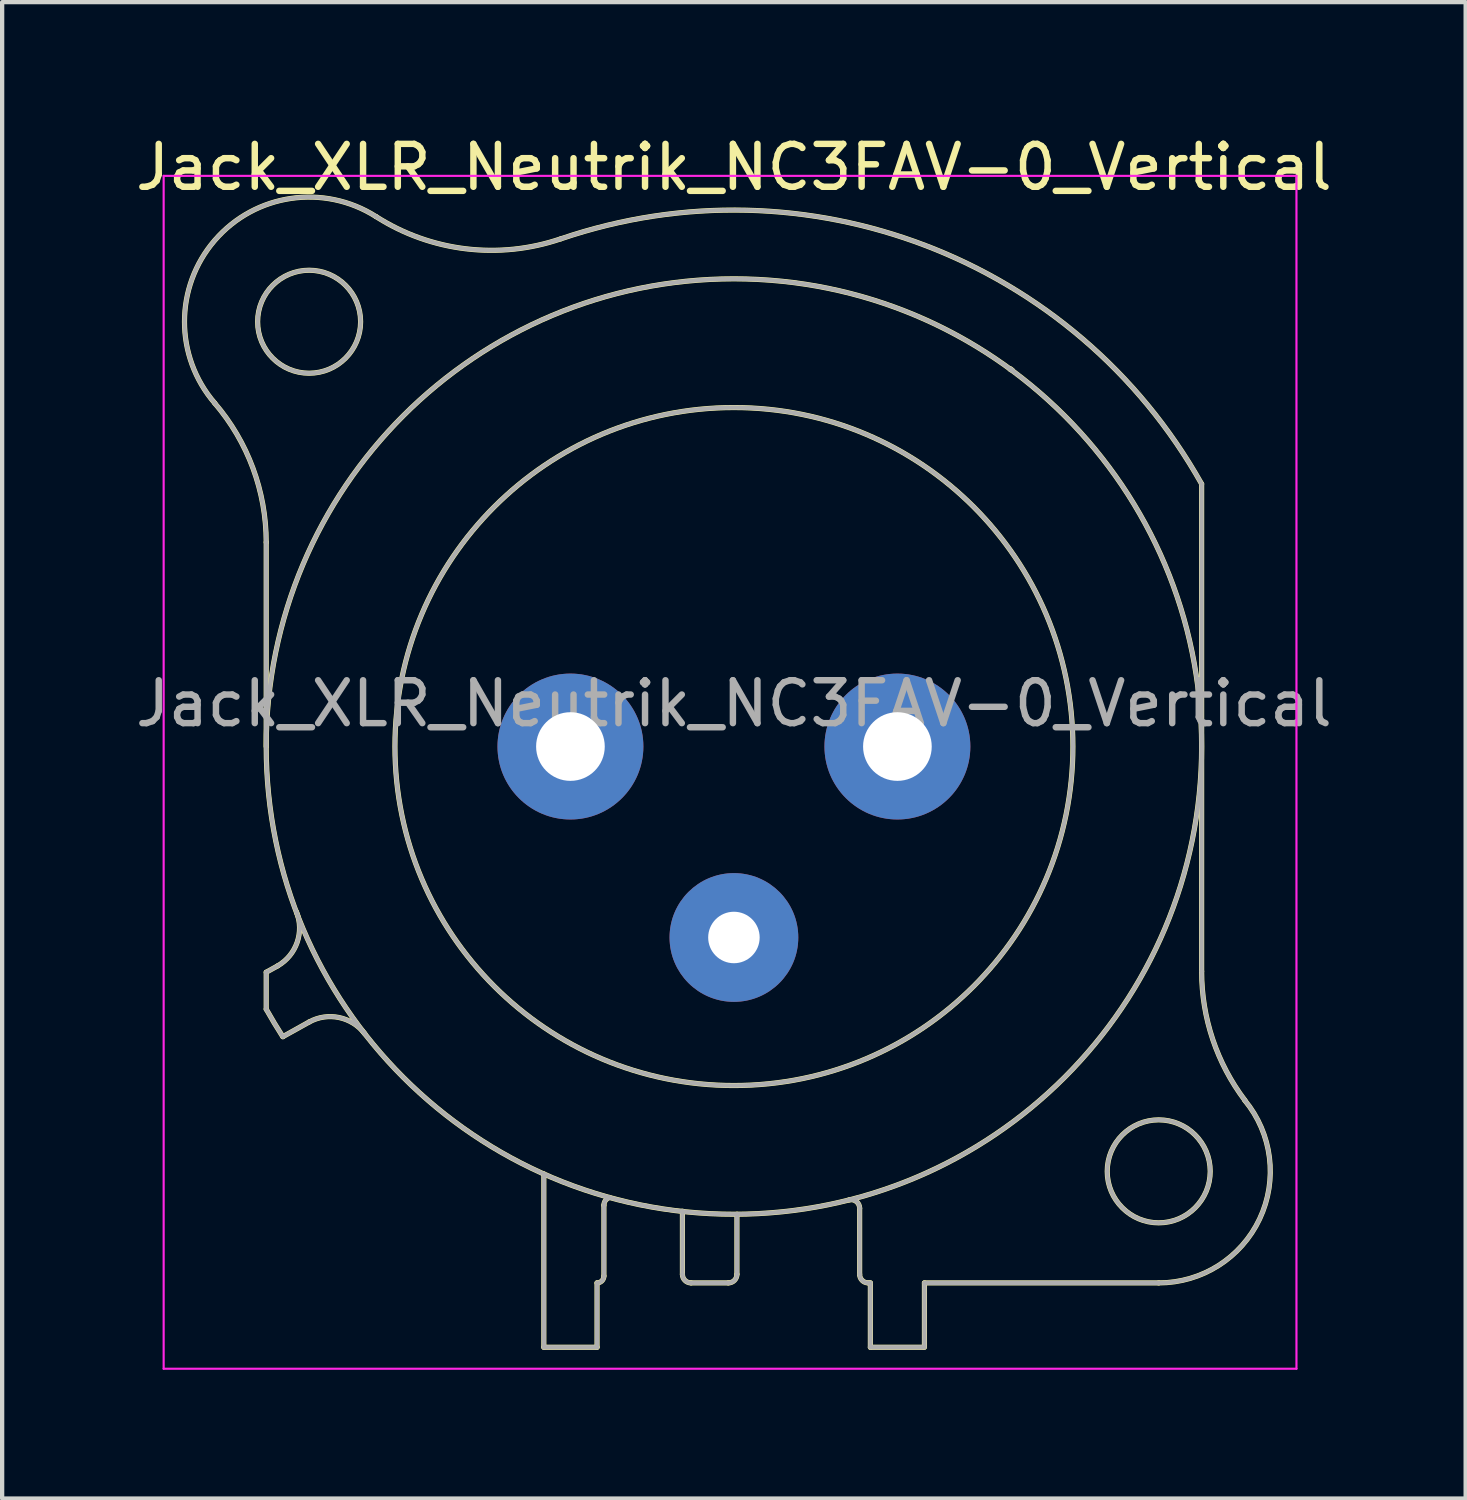
<source format=kicad_pcb>
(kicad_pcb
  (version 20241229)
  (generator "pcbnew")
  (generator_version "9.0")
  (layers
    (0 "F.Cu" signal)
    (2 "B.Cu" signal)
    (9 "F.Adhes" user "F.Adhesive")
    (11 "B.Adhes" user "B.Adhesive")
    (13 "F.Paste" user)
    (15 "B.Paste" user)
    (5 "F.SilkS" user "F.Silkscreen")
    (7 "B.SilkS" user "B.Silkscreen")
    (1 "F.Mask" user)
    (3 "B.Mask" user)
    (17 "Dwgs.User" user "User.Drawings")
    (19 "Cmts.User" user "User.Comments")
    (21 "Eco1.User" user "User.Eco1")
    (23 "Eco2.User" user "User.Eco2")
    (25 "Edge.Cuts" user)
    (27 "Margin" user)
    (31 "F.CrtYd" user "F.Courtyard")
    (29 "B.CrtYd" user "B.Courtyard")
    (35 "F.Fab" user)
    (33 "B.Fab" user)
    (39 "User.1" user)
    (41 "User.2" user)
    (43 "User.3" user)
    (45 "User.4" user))
  (footprint "Jack_XLR_Neutrik_NC3FAV-0_Vertical"
    (layer "F.Cu")
    (at 17.864 14.348)
    (property "Reference" "Jack_XLR_Neutrik_NC3FAV-0_Vertical" (at -3.81 -13.5 0) (layer "F.SilkS") (effects (font (size 1 1) (thickness 0.15))))
    (attr through_hole)
    (fp_line (start -14.71 0) (end -14.71 -4.76) (stroke (width 0.12) (type solid)) (layer "F.SilkS"))
    (fp_line (start -14.71 5.26) (end -14.71 6.12) (stroke (width 0.12) (type solid)) (layer "F.SilkS"))
    (fp_line (start -14.44 5.11) (end -14.71 5.26) (stroke (width 0.12) (type solid)) (layer "F.SilkS"))
    (fp_line (start -14.32 6.76) (end -13.71 6.42) (stroke (width 0.12) (type solid)) (layer "F.SilkS"))
    (fp_line (start -8.24 9.96) (end -8.24 14) (stroke (width 0.12) (type solid)) (layer "F.SilkS"))
    (fp_line (start -7 12.5) (end -7 14) (stroke (width 0.12) (type solid)) (layer "F.SilkS"))
    (fp_line (start -7 14) (end -8.24 14) (stroke (width 0.12) (type solid)) (layer "F.SilkS"))
    (fp_line (start -6.84 12.34) (end -6.84 10.69) (stroke (width 0.12) (type solid)) (layer "F.SilkS"))
    (fp_line (start -5.01 10.83) (end -5.01 12.3) (stroke (width 0.12) (type solid)) (layer "F.SilkS"))
    (fp_line (start -3.94 12.5) (end -4.81 12.5) (stroke (width 0.12) (type solid)) (layer "F.SilkS"))
    (fp_line (start -3.74 10.9) (end -3.74 12.3) (stroke (width 0.12) (type solid)) (layer "F.SilkS"))
    (fp_line (start -0.88 12.3) (end -0.88 10.76) (stroke (width 0.12) (type solid)) (layer "F.SilkS"))
    (fp_line (start -0.63 12.5) (end -0.68 12.5) (stroke (width 0.12) (type solid)) (layer "F.SilkS"))
    (fp_line (start -0.63 12.5) (end -0.63 14) (stroke (width 0.12) (type solid)) (layer "F.SilkS"))
    (fp_line (start 0.62 14) (end -0.63 14) (stroke (width 0.12) (type solid)) (layer "F.SilkS"))
    (fp_line (start 0.63 12.5) (end 6.09 12.5) (stroke (width 0.12) (type solid)) (layer "F.SilkS"))
    (fp_line (start 0.63 14) (end 0.63 12.5) (stroke (width 0.12) (type solid)) (layer "F.SilkS"))
    (fp_line (start 7.09 5.24) (end 7.09 -6.12) (stroke (width 0.12) (type solid)) (layer "F.SilkS"))
    (fp_arc (start -15.908829 -8.000856) (mid -15.019313 -6.48774) (end -14.71 -4.76) (stroke (width 0.12) (type solid)) (layer "F.SilkS"))
    (fp_arc (start -15.908236 -8.001617) (mid -15.907486 -11.799251) (end -12.15 -12.35) (stroke (width 0.12) (type solid)) (layer "F.SilkS"))
    (fp_arc (start -14.32314 6.763008) (mid -14.521396 6.444407) (end -14.71 6.12) (stroke (width 0.12) (type solid)) (layer "F.SilkS"))
    (fp_arc (start -14.004283 3.855674) (mid -13.989213 4.56375) (end -14.44 5.11) (stroke (width 0.12) (type solid)) (layer "F.SilkS"))
    (fp_arc (start -13.71 6.42) (mid -13.01025 6.315915) (end -12.412202 6.693832) (stroke (width 0.12) (type solid)) (layer "F.SilkS"))
    (fp_arc (start -7.848035 -11.831177) (mid -10.058192 -11.599923) (end -12.15 -12.35) (stroke (width 0.12) (type solid)) (layer "F.SilkS"))
    (fp_arc (start -7.841153 -11.83276) (mid 0.657009 -11.675197) (end 7.09 -6.12) (stroke (width 0.12) (type solid)) (layer "F.SilkS"))
    (fp_arc (start -6.84 10.69) (mid -6.803713 10.578321) (end -6.708713 10.509299) (stroke (width 0.12) (type solid)) (layer "F.SilkS"))
    (fp_arc (start -6.84 12.34) (mid -6.886863 12.453137) (end -7 12.5) (stroke (width 0.12) (type solid)) (layer "F.SilkS"))
    (fp_arc (start -4.81 12.5) (mid -4.951421 12.441421) (end -5.01 12.3) (stroke (width 0.12) (type solid)) (layer "F.SilkS"))
    (fp_arc (start -3.74 12.3) (mid -3.798579 12.441421) (end -3.94 12.5) (stroke (width 0.12) (type solid)) (layer "F.SilkS"))
    (fp_arc (start -1.1294 10.566197) (mid -0.957281 10.602076) (end -0.88 10.76) (stroke (width 0.12) (type solid)) (layer "F.SilkS"))
    (fp_arc (start -0.68 12.5) (mid -0.821421 12.441421) (end -0.88 12.3) (stroke (width 0.12) (type solid)) (layer "F.SilkS"))
    (fp_arc (start 2.636924 -8.782671) (mid 2.628394 -8.791269) (end 2.62 -8.8) (stroke (width 0.12) (type solid)) (layer "F.SilkS"))
    (fp_arc (start 2.680052 -8.767734) (mid 2.65973 -8.7835) (end 2.64 -8.8) (stroke (width 0.12) (type solid)) (layer "F.SilkS"))
    (fp_arc (start 8.095865 8.245761) (mid 8.441704 11.008824) (end 6.09 12.5) (stroke (width 0.12) (type solid)) (layer "F.SilkS"))
    (fp_arc (start 8.098032 8.243976) (mid 7.348729 6.824298) (end 7.09 5.24) (stroke (width 0.12) (type solid)) (layer "F.SilkS"))
    (fp_circle (center -13.71 -9.9) (end -12.51 -9.9) (stroke (width 0.12) (type solid)) (fill no) (layer "F.SilkS"))
    (fp_circle (center -3.81 0) (end 4.09 0) (stroke (width 0.12) (type solid)) (fill no) (layer "F.SilkS"))
    (fp_circle (center -3.81 0) (end 7.09 0) (stroke (width 0.12) (type solid)) (fill no) (layer "F.SilkS"))
    (fp_circle (center 6.09 9.9) (end 7.29 9.9) (stroke (width 0.12) (type solid)) (fill no) (layer "F.SilkS"))
    (fp_line (start -17.1 -13.3) (end 9.3 -13.3) (stroke (width 0.05) (type solid)) (layer "F.CrtYd"))
    (fp_line (start -17.1 14.5) (end -17.1 -13.3) (stroke (width 0.05) (type solid)) (layer "F.CrtYd"))
    (fp_line (start 9.3 -13.3) (end 9.3 14.5) (stroke (width 0.05) (type solid)) (layer "F.CrtYd"))
    (fp_line (start 9.3 14.5) (end -17.1 14.5) (stroke (width 0.05) (type solid)) (layer "F.CrtYd"))
    (fp_line (start -14.71 0) (end -14.71 -4.76) (stroke (width 0.1) (type solid)) (layer "F.Fab"))
    (fp_line (start -14.71 5.26) (end -14.71 6.12) (stroke (width 0.1) (type solid)) (layer "F.Fab"))
    (fp_line (start -14.44 5.11) (end -14.71 5.26) (stroke (width 0.1) (type solid)) (layer "F.Fab"))
    (fp_line (start -14.32 6.76) (end -13.71 6.42) (stroke (width 0.1) (type solid)) (layer "F.Fab"))
    (fp_line (start -8.24 9.96) (end -8.24 14) (stroke (width 0.1) (type solid)) (layer "F.Fab"))
    (fp_line (start -7 12.5) (end -7 14) (stroke (width 0.1) (type solid)) (layer "F.Fab"))
    (fp_line (start -7 14) (end -8.24 14) (stroke (width 0.1) (type solid)) (layer "F.Fab"))
    (fp_line (start -6.84 12.34) (end -6.84 10.69) (stroke (width 0.1) (type solid)) (layer "F.Fab"))
    (fp_line (start -5.01 10.83) (end -5.01 12.3) (stroke (width 0.1) (type solid)) (layer "F.Fab"))
    (fp_line (start -3.94 12.5) (end -4.81 12.5) (stroke (width 0.1) (type solid)) (layer "F.Fab"))
    (fp_line (start -3.74 10.9) (end -3.74 12.3) (stroke (width 0.1) (type solid)) (layer "F.Fab"))
    (fp_line (start -0.88 12.3) (end -0.88 10.76) (stroke (width 0.1) (type solid)) (layer "F.Fab"))
    (fp_line (start -0.63 12.5) (end -0.68 12.5) (stroke (width 0.1) (type solid)) (layer "F.Fab"))
    (fp_line (start -0.63 12.5) (end -0.63 14) (stroke (width 0.1) (type solid)) (layer "F.Fab"))
    (fp_line (start 0.62 14) (end -0.63 14) (stroke (width 0.1) (type solid)) (layer "F.Fab"))
    (fp_line (start 0.63 12.5) (end 6.09 12.5) (stroke (width 0.1) (type solid)) (layer "F.Fab"))
    (fp_line (start 0.63 14) (end 0.63 12.5) (stroke (width 0.1) (type solid)) (layer "F.Fab"))
    (fp_line (start 7.09 5.24) (end 7.09 -6.12) (stroke (width 0.1) (type solid)) (layer "F.Fab"))
    (fp_arc (start -15.908829 -8.000856) (mid -15.019313 -6.48774) (end -14.71 -4.76) (stroke (width 0.1) (type solid)) (layer "F.Fab"))
    (fp_arc (start -15.908236 -8.001617) (mid -15.907486 -11.799251) (end -12.15 -12.35) (stroke (width 0.1) (type solid)) (layer "F.Fab"))
    (fp_arc (start -14.32314 6.763008) (mid -14.521396 6.444407) (end -14.71 6.12) (stroke (width 0.1) (type solid)) (layer "F.Fab"))
    (fp_arc (start -14.004283 3.855674) (mid -13.989213 4.56375) (end -14.44 5.11) (stroke (width 0.1) (type solid)) (layer "F.Fab"))
    (fp_arc (start -13.71 6.42) (mid -13.01025 6.315915) (end -12.412202 6.693832) (stroke (width 0.1) (type solid)) (layer "F.Fab"))
    (fp_arc (start -7.848035 -11.831177) (mid -10.058192 -11.599923) (end -12.15 -12.35) (stroke (width 0.1) (type solid)) (layer "F.Fab"))
    (fp_arc (start -7.841153 -11.83276) (mid 0.657009 -11.675197) (end 7.09 -6.12) (stroke (width 0.1) (type solid)) (layer "F.Fab"))
    (fp_arc (start -6.84 10.69) (mid -6.803713 10.578321) (end -6.708713 10.509299) (stroke (width 0.1) (type solid)) (layer "F.Fab"))
    (fp_arc (start -6.84 12.34) (mid -6.886863 12.453137) (end -7 12.5) (stroke (width 0.1) (type solid)) (layer "F.Fab"))
    (fp_arc (start -4.81 12.5) (mid -4.951421 12.441421) (end -5.01 12.3) (stroke (width 0.1) (type solid)) (layer "F.Fab"))
    (fp_arc (start -3.74 12.3) (mid -3.798579 12.441421) (end -3.94 12.5) (stroke (width 0.1) (type solid)) (layer "F.Fab"))
    (fp_arc (start -1.1294 10.566197) (mid -0.957281 10.602076) (end -0.88 10.76) (stroke (width 0.1) (type solid)) (layer "F.Fab"))
    (fp_arc (start -0.68 12.5) (mid -0.821421 12.441421) (end -0.88 12.3) (stroke (width 0.1) (type solid)) (layer "F.Fab"))
    (fp_arc (start 2.636924 -8.782671) (mid 2.628394 -8.791269) (end 2.62 -8.8) (stroke (width 0.1) (type solid)) (layer "F.Fab"))
    (fp_arc (start 2.680052 -8.767734) (mid 2.65973 -8.7835) (end 2.64 -8.8) (stroke (width 0.1) (type solid)) (layer "F.Fab"))
    (fp_arc (start 8.095865 8.245761) (mid 8.441704 11.008824) (end 6.09 12.5) (stroke (width 0.1) (type solid)) (layer "F.Fab"))
    (fp_arc (start 8.098032 8.243976) (mid 7.348729 6.824298) (end 7.09 5.24) (stroke (width 0.1) (type solid)) (layer "F.Fab"))
    (fp_circle (center -13.71 -9.9) (end -12.51 -9.9) (stroke (width 0.1) (type solid)) (fill no) (layer "F.Fab"))
    (fp_circle (center -3.81 0) (end 4.09 0) (stroke (width 0.1) (type solid)) (fill no) (layer "F.Fab"))
    (fp_circle (center -3.81 0) (end 7.09 0) (stroke (width 0.1) (type solid)) (fill no) (layer "F.Fab"))
    (fp_circle (center 6.09 9.9) (end 7.29 9.9) (stroke (width 0.1) (type solid)) (fill no) (layer "F.Fab"))
    (fp_text user "${REFERENCE}" (at -3.81 -1 0) (layer "F.Fab") (effects (font (size 1 1) (thickness 0.15))))
    (pad "1" thru_hole circle (at 0 0) (size 3.4 3.4) (drill 1.6) (layers "*.Cu" "*.Mask"))
    (pad "2" thru_hole circle (at -7.62 0) (size 3.4 3.4) (drill 1.6) (layers "*.Cu" "*.Mask"))
    (pad "3" thru_hole circle (at -3.81 4.45) (size 3 3) (drill 1.2) (layers "*.Cu" "*.Mask")))
  (gr_rect
    (start -3 -3)
    (end 31.107 31.873)
    (stroke (width 0.1) (type default))
    (fill no)
    (layer "Edge.Cuts")))
</source>
